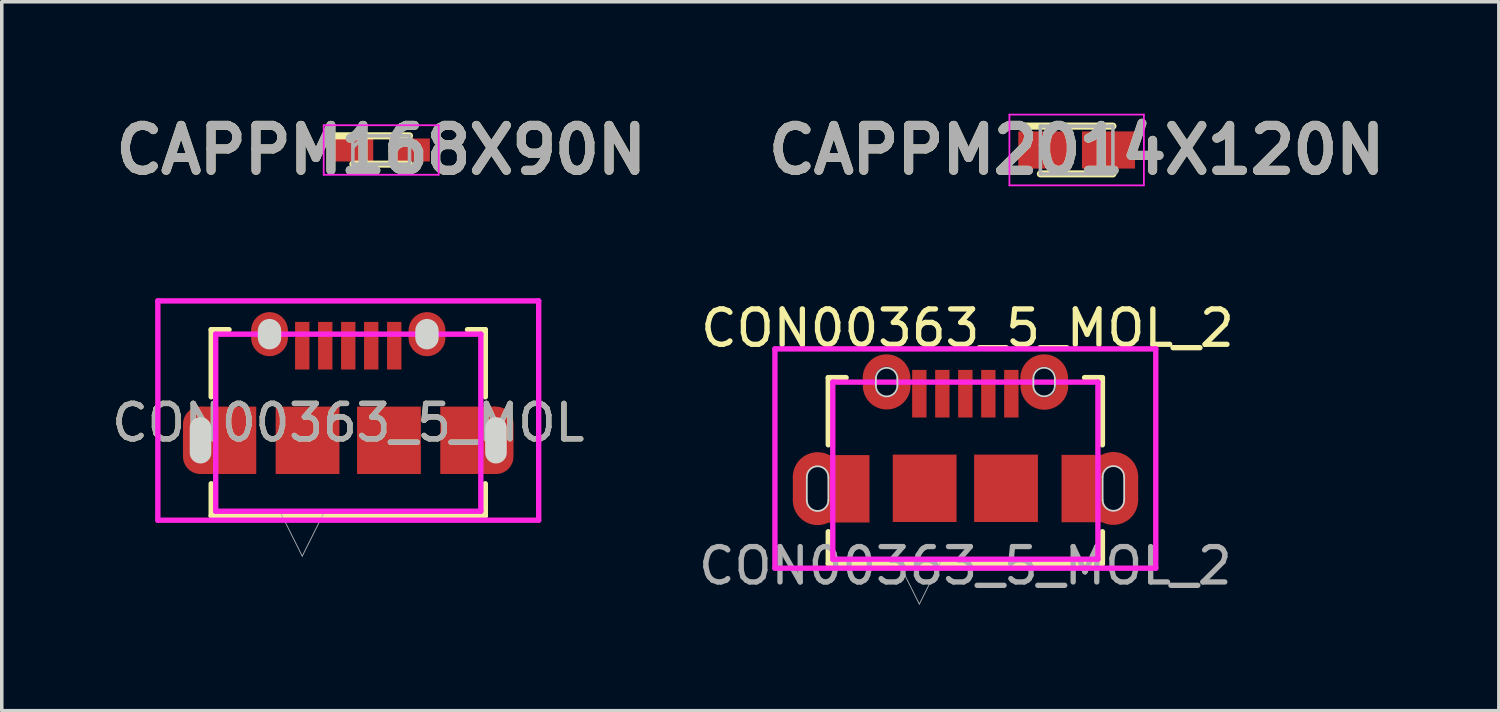
<source format=kicad_pcb>
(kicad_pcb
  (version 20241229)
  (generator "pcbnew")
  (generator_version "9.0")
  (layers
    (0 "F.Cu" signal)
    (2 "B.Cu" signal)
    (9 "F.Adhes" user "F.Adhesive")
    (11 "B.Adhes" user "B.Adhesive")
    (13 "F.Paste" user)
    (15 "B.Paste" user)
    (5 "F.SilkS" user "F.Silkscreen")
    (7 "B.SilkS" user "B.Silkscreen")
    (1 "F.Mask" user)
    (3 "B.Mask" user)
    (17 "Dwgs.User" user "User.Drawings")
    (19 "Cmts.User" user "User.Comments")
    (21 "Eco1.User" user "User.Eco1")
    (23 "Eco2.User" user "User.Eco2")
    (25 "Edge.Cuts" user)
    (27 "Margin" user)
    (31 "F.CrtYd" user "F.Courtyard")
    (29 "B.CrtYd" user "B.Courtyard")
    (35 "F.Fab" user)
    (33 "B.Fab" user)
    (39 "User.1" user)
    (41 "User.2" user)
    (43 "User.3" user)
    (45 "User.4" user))
  (footprint "CON00363_5_MOL"
    (layer "F.Cu")
    (at 6.792 8.896)
    (property "Reference" "CON00363_5_MOL" (at 0 0 0) (unlocked yes) (layer "F.SilkS") (effects (font (size 1 1) (thickness 0.15))))
    (attr smd)
    (fp_poly (pts (xy -2.6 -0.455) (xy -4.175 -0.455) (xy -3.87 -0.15) (xy -3.87 1.145) (xy -4.175 1.45) (xy -2.6 1.45)) (stroke (width 0) (type solid)) (fill yes) (layer "F.Cu"))
    (fp_poly (pts (xy 2.601 -0.455) (xy 2.601 1.45) (xy 4.175 1.45) (xy 3.87 1.145) (xy 3.87 -0.15) (xy 4.175 -0.455)) (stroke (width 0) (type solid)) (fill yes) (layer "F.Cu"))
    (fp_poly (pts (xy -2.6 -0.455) (xy -4.175 -0.455) (xy -3.87 -0.15) (xy -3.87 1.145) (xy -4.175 1.45) (xy -2.6 1.45)) (stroke (width 0) (type solid)) (fill yes) (layer "F.Mask"))
    (fp_poly (pts (xy 2.601 -0.455) (xy 2.601 1.45) (xy 4.175 1.45) (xy 3.87 1.145) (xy 3.87 -0.15) (xy 4.175 -0.455)) (stroke (width 0) (type solid)) (fill yes) (layer "F.Mask"))
    (fp_line (start -3.873 -2.629) (end -3.873 -0.731) (stroke (width 0.152) (type solid)) (layer "F.SilkS"))
    (fp_line (start -3.873 1.726) (end -3.873 2.629) (stroke (width 0.152) (type solid)) (layer "F.SilkS"))
    (fp_line (start -3.873 2.629) (end 3.874 2.629) (stroke (width 0.152) (type solid)) (layer "F.SilkS"))
    (fp_line (start -3.369 -2.629) (end -3.873 -2.629) (stroke (width 0.152) (type solid)) (layer "F.SilkS"))
    (fp_line (start 3.874 -2.629) (end 3.37 -2.629) (stroke (width 0.152) (type solid)) (layer "F.SilkS"))
    (fp_line (start 3.874 -0.731) (end 3.874 -2.629) (stroke (width 0.152) (type solid)) (layer "F.SilkS"))
    (fp_line (start 3.874 2.629) (end 3.874 1.726) (stroke (width 0.152) (type solid)) (layer "F.SilkS"))
    (fp_poly (pts (xy -2.6 -0.455) (xy -4.175 -0.455) (xy -3.87 -0.15) (xy -3.87 1.145) (xy -4.175 1.45) (xy -2.6 1.45)) (stroke (width 0) (type solid)) (fill yes) (layer "F.Paste"))
    (fp_poly (pts (xy 2.601 -0.455) (xy 2.601 1.45) (xy 4.175 1.45) (xy 3.87 1.145) (xy 3.87 -0.15) (xy 4.175 -0.455)) (stroke (width 0) (type solid)) (fill yes) (layer "F.Paste"))
    (fp_line (start -4.175 0.148) (end -4.175 0.848) (stroke (width 0.61) (type solid)) (layer "Edge.Cuts"))
    (fp_line (start -2.225 -2.602) (end -2.225 -2.402) (stroke (width 0.66) (type solid)) (layer "Edge.Cuts"))
    (fp_line (start 2.225 -2.602) (end 2.225 -2.402) (stroke (width 0.66) (type solid)) (layer "Edge.Cuts"))
    (fp_line (start 4.175 0.148) (end 4.175 0.848) (stroke (width 0.61) (type solid)) (layer "Edge.Cuts"))
    (fp_line (start -5.381 -3.442) (end -5.381 2.756) (stroke (width 0.152) (type solid)) (layer "F.CrtYd"))
    (fp_line (start -5.381 2.756) (end 5.382 2.756) (stroke (width 0.152) (type solid)) (layer "F.CrtYd"))
    (fp_line (start -3.746 -2.502) (end -3.746 2.502) (stroke (width 0.152) (type solid)) (layer "F.CrtYd"))
    (fp_line (start -3.746 2.502) (end 3.747 2.502) (stroke (width 0.152) (type solid)) (layer "F.CrtYd"))
    (fp_line (start 3.747 -2.502) (end -3.746 -2.502) (stroke (width 0.152) (type solid)) (layer "F.CrtYd"))
    (fp_line (start 3.747 -2.502) (end 3.747 2.502) (stroke (width 0.152) (type solid)) (layer "F.CrtYd"))
    (fp_line (start 5.382 -3.442) (end -5.381 -3.442) (stroke (width 0.152) (type solid)) (layer "F.CrtYd"))
    (fp_line (start 5.382 -3.442) (end 5.382 2.756) (stroke (width 0.152) (type solid)) (layer "F.CrtYd"))
    (fp_line (start -3.746 -2.502) (end -3.746 2.502) (stroke (width 0.025) (type solid)) (layer "F.Fab"))
    (fp_line (start -3.746 2.502) (end 3.747 2.502) (stroke (width 0.025) (type solid)) (layer "F.Fab"))
    (fp_line (start -1.935 2.502) (end -1.3 3.772) (stroke (width 0.025) (type solid)) (layer "F.Fab"))
    (fp_line (start -0.665 2.502) (end -1.3 3.772) (stroke (width 0.025) (type solid)) (layer "F.Fab"))
    (fp_line (start 3.747 -2.502) (end -3.746 -2.502) (stroke (width 0.025) (type solid)) (layer "F.Fab"))
    (fp_line (start 3.747 2.502) (end 3.747 -2.502) (stroke (width 0.025) (type solid)) (layer "F.Fab"))
    (fp_text user "${REFERENCE}" (at 0 0 0) (unlocked yes) (layer "F.Fab") (effects (font (size 1 1) (thickness 0.15))))
    (pad "1" smd rect (at -1.3 -2.175) (size 0.406 1.346) (layers "F.Cu" "F.Mask" "F.Paste"))
    (pad "2" smd rect (at -0.65 -2.175) (size 0.406 1.346) (layers "F.Cu" "F.Mask" "F.Paste"))
    (pad "3" smd rect (at 0.000291 -2.175) (size 0.406 1.346) (layers "F.Cu" "F.Mask" "F.Paste"))
    (pad "4" smd rect (at 0.65 -2.175) (size 0.406 1.346) (layers "F.Cu" "F.Mask" "F.Paste"))
    (pad "5" smd rect (at 1.3 -2.175) (size 0.406 1.346) (layers "F.Cu" "F.Mask" "F.Paste"))
    (pad "6" smd oval (at -2.225 -2.502 90) (size 1.245 1.041) (layers "F.Cu" "F.Mask" "F.Paste"))
    (pad "7" smd oval (at 2.225 -2.502 90) (size 1.245 1.041) (layers "F.Cu" "F.Mask" "F.Paste"))
    (pad "8" smd oval (at -4.175 0.498) (size 0.991 1.905) (layers "F.Cu" "F.Mask" "F.Paste"))
    (pad "9" smd oval (at 4.175 0.498) (size 0.991 1.905) (layers "F.Cu" "F.Mask" "F.Paste"))
    (pad "10" smd rect (at -1.15 0.498) (size 1.803 1.905) (layers "F.Cu" "F.Mask" "F.Paste"))
    (pad "11" smd rect (at 1.15 0.498) (size 1.803 1.905) (layers "F.Cu" "F.Mask" "F.Paste")))
  (footprint "CON00363_5_MOL_2"
    (layer "F.Cu")
    (at 24.232 10.252)
    (property "Reference" "CON00363_5_MOL_2" (at 0.061 -4.026 0) (unlocked yes) (layer "F.SilkS") (effects (font (size 1 1) (thickness 0.15))))
    (attr smd)
    (fp_line (start -4.675 0.18) (end -4.675 0.835) (stroke (width 0.4) (type default)) (layer "F.Cu"))
    (fp_line (start -3.675 0.175) (end -3.675 0.831) (stroke (width 0.4) (type default)) (layer "F.Cu"))
    (fp_line (start 3.685 0.175) (end 3.685 0.83) (stroke (width 0.4) (type default)) (layer "F.Cu"))
    (fp_line (start 4.685 0.17) (end 4.685 0.825) (stroke (width 0.4) (type default)) (layer "F.Cu"))
    (fp_arc (start -4.674999 0.180169) (mid -4.177315 -0.319957) (end -3.67497 0.175488) (stroke (width 0.4) (type default)) (layer "F.Cu"))
    (fp_arc (start -3.674994 0.840061) (mid -4.177314 1.33548) (end -4.674975 0.835381) (stroke (width 0.4) (type default)) (layer "F.Cu"))
    (fp_arc (start -2.726625 -2.61012) (mid -2.228941 -3.110245) (end -1.726596 -2.614801) (stroke (width 0.35) (type default)) (layer "F.Cu"))
    (fp_arc (start -1.722163 -2.394804) (mid -2.224483 -1.899384) (end -2.722144 -2.399484) (stroke (width 0.35) (type default)) (layer "F.Cu"))
    (fp_arc (start 1.728198 -2.610054) (mid 2.225881 -3.110178) (end 2.728227 -2.614735) (stroke (width 0.35) (type default)) (layer "F.Cu"))
    (fp_arc (start 2.73266 -2.394738) (mid 2.230339 -1.899318) (end 1.732679 -2.399418) (stroke (width 0.35) (type default)) (layer "F.Cu"))
    (fp_arc (start 3.684555 0.174744) (mid 4.182238 -0.325381) (end 4.684584 0.170063) (stroke (width 0.4) (type default)) (layer "F.Cu"))
    (fp_arc (start 4.68456 0.834636) (mid 4.182239 1.330055) (end 3.684579 0.829956) (stroke (width 0.4) (type default)) (layer "F.Cu"))
    (fp_line (start -3.873 -2.629) (end -3.873 -0.731) (stroke (width 0.152) (type solid)) (layer "F.SilkS"))
    (fp_line (start -3.873 1.726) (end -3.873 2.629) (stroke (width 0.152) (type solid)) (layer "F.SilkS"))
    (fp_line (start -3.873 2.629) (end 3.874 2.629) (stroke (width 0.152) (type solid)) (layer "F.SilkS"))
    (fp_line (start -3.369 -2.629) (end -3.873 -2.629) (stroke (width 0.152) (type solid)) (layer "F.SilkS"))
    (fp_line (start 3.874 -2.629) (end 3.37 -2.629) (stroke (width 0.152) (type solid)) (layer "F.SilkS"))
    (fp_line (start 3.874 -0.731) (end 3.874 -2.629) (stroke (width 0.152) (type solid)) (layer "F.SilkS"))
    (fp_line (start 3.874 2.629) (end 3.874 1.726) (stroke (width 0.152) (type solid)) (layer "F.SilkS"))
    (fp_line (start -4.48 0.18) (end -4.48 0.835) (stroke (width 0.05) (type default)) (layer "Edge.Cuts"))
    (fp_line (start -3.871 0.18) (end -3.871 0.835) (stroke (width 0.05) (type default)) (layer "Edge.Cuts"))
    (fp_line (start -2.529 -2.602) (end -2.529 -2.402) (stroke (width 0.05) (type default)) (layer "Edge.Cuts"))
    (fp_line (start -1.92 -2.602) (end -1.92 -2.402) (stroke (width 0.05) (type default)) (layer "Edge.Cuts"))
    (fp_line (start 1.922 -2.604) (end 1.922 -2.405) (stroke (width 0.05) (type default)) (layer "Edge.Cuts"))
    (fp_line (start 2.531 -2.604) (end 2.531 -2.405) (stroke (width 0.05) (type default)) (layer "Edge.Cuts"))
    (fp_line (start 3.88 0.175) (end 3.88 0.83) (stroke (width 0.05) (type default)) (layer "Edge.Cuts"))
    (fp_line (start 4.489 0.175) (end 4.489 0.83) (stroke (width 0.05) (type default)) (layer "Edge.Cuts"))
    (fp_arc (start -4.48 0.180061) (mid -4.175421 -0.124575) (end -3.870846 0.180065) (stroke (width 0.05) (type default)) (layer "Edge.Cuts"))
    (fp_arc (start -3.870846 0.835364) (mid -4.175425 1.14) (end -4.48 0.83536) (stroke (width 0.05) (type default)) (layer "Edge.Cuts"))
    (fp_arc (start -2.529287 -2.602175) (mid -2.224708 -2.906811) (end -1.920133 -2.602171) (stroke (width 0.05) (type default)) (layer "Edge.Cuts"))
    (fp_arc (start -1.920133 -2.402293) (mid -2.224712 -2.097657) (end -2.529287 -2.402297) (stroke (width 0.05) (type default)) (layer "Edge.Cuts"))
    (fp_arc (start 1.921801 -2.604474) (mid 2.22638 -2.90911) (end 2.530955 -2.60447) (stroke (width 0.05) (type default)) (layer "Edge.Cuts"))
    (fp_arc (start 2.530955 -2.404592) (mid 2.226376 -2.099956) (end 1.921801 -2.404596) (stroke (width 0.05) (type default)) (layer "Edge.Cuts"))
    (fp_arc (start 3.88 0.174701) (mid 4.184579 -0.129935) (end 4.489154 0.174705) (stroke (width 0.05) (type default)) (layer "Edge.Cuts"))
    (fp_arc (start 4.489154 0.830004) (mid 4.184575 1.13464) (end 3.88 0.83) (stroke (width 0.05) (type default)) (layer "Edge.Cuts"))
    (fp_line (start -5.381 -3.442) (end -5.381 2.756) (stroke (width 0.152) (type solid)) (layer "F.CrtYd"))
    (fp_line (start -5.381 2.756) (end 5.382 2.756) (stroke (width 0.152) (type solid)) (layer "F.CrtYd"))
    (fp_line (start -3.746 -2.502) (end -3.746 2.502) (stroke (width 0.152) (type solid)) (layer "F.CrtYd"))
    (fp_line (start -3.746 2.502) (end 3.747 2.502) (stroke (width 0.152) (type solid)) (layer "F.CrtYd"))
    (fp_line (start 3.747 -2.502) (end -3.746 -2.502) (stroke (width 0.152) (type solid)) (layer "F.CrtYd"))
    (fp_line (start 3.747 -2.502) (end 3.747 2.502) (stroke (width 0.152) (type solid)) (layer "F.CrtYd"))
    (fp_line (start 5.382 -3.442) (end -5.381 -3.442) (stroke (width 0.152) (type solid)) (layer "F.CrtYd"))
    (fp_line (start 5.382 -3.442) (end 5.382 2.756) (stroke (width 0.152) (type solid)) (layer "F.CrtYd"))
    (fp_line (start -3.746 -2.502) (end -3.746 2.502) (stroke (width 0.025) (type solid)) (layer "F.Fab"))
    (fp_line (start -3.746 2.502) (end 3.747 2.502) (stroke (width 0.025) (type solid)) (layer "F.Fab"))
    (fp_line (start -1.935 2.502) (end -1.3 3.772) (stroke (width 0.025) (type solid)) (layer "F.Fab"))
    (fp_line (start -0.665 2.502) (end -1.3 3.772) (stroke (width 0.025) (type solid)) (layer "F.Fab"))
    (fp_line (start 3.747 -2.502) (end -3.746 -2.502) (stroke (width 0.025) (type solid)) (layer "F.Fab"))
    (fp_line (start 3.747 2.502) (end 3.747 -2.502) (stroke (width 0.025) (type solid)) (layer "F.Fab"))
    (fp_text user "${REFERENCE}" (at 0 2.69 0) (unlocked yes) (layer "F.Fab") (effects (font (size 1 1) (thickness 0.15))))
    (pad "1" smd rect (at -1.3 -2.175) (size 0.406 1.346) (layers "F.Cu" "F.Mask" "F.Paste"))
    (pad "2" smd rect (at -0.65 -2.175) (size 0.406 1.346) (layers "F.Cu" "F.Mask" "F.Paste"))
    (pad "3" smd rect (at 0.000291 -2.175) (size 0.406 1.346) (layers "F.Cu" "F.Mask" "F.Paste"))
    (pad "4" smd rect (at 0.65 -2.175) (size 0.406 1.346) (layers "F.Cu" "F.Mask" "F.Paste"))
    (pad "5" smd rect (at 1.3 -2.175) (size 0.406 1.346) (layers "F.Cu" "F.Mask" "F.Paste"))
    (pad "9" smd rect (at -3.287 0.512) (size 1.156 1.905) (layers "F.Cu" "F.Mask" "F.Paste"))
    (pad "10" smd rect (at -1.15 0.498) (size 1.803 1.905) (layers "F.Cu" "F.Mask" "F.Paste"))
    (pad "11" smd rect (at 1.15 0.498) (size 1.803 1.905) (layers "F.Cu" "F.Mask" "F.Paste"))
    (pad "12" smd rect (at 3.297 0.505) (size 1.156 1.905) (layers "F.Cu" "F.Mask" "F.Paste")))
  (footprint "CAPPM2014X120N"
    (layer "F.Cu")
    (at 27.378 1.189)
    (property "Reference" "CAPPM2014X120N" (at 0 0 0) (layer "F.SilkS") (effects (font (size 1.27 1.27) (thickness 0.254))))
    (attr smd)
    (fp_line (start -1.025 0.675) (end 1.025 0.675) (stroke (width 0.2) (type solid)) (layer "F.SilkS"))
    (fp_line (start 1.025 -0.675) (end -1.65 -0.675) (stroke (width 0.2) (type solid)) (layer "F.SilkS"))
    (fp_line (start -1.9 -1) (end 1.9 -1) (stroke (width 0.05) (type solid)) (layer "F.CrtYd"))
    (fp_line (start -1.9 1) (end -1.9 -1) (stroke (width 0.05) (type solid)) (layer "F.CrtYd"))
    (fp_line (start 1.9 -1) (end 1.9 1) (stroke (width 0.05) (type solid)) (layer "F.CrtYd"))
    (fp_line (start 1.9 1) (end -1.9 1) (stroke (width 0.05) (type solid)) (layer "F.CrtYd"))
    (fp_line (start -1.025 -0.675) (end 1.025 -0.675) (stroke (width 0.1) (type solid)) (layer "F.Fab"))
    (fp_line (start -1.025 -0.15) (end -0.5 -0.675) (stroke (width 0.1) (type solid)) (layer "F.Fab"))
    (fp_line (start -1.025 0.675) (end -1.025 -0.675) (stroke (width 0.1) (type solid)) (layer "F.Fab"))
    (fp_line (start 1.025 -0.675) (end 1.025 0.675) (stroke (width 0.1) (type solid)) (layer "F.Fab"))
    (fp_line (start 1.025 0.675) (end -1.025 0.675) (stroke (width 0.1) (type solid)) (layer "F.Fab"))
    (fp_text user "${REFERENCE}" (at 0 0 0) (layer "F.Fab") (effects (font (size 1.27 1.27) (thickness 0.254))))
    (pad "1" smd rect (at -0.9 0 90) (size 1.05 1.5) (layers "F.Cu" "F.Mask" "F.Paste"))
    (pad "2" smd rect (at 0.9 0 90) (size 1.05 1.5) (layers "F.Cu" "F.Mask" "F.Paste")))
  (footprint "CAPPM168X90N"
    (layer "F.Cu")
    (at 7.723 1.189)
    (property "Reference" "CAPPM168X90N" (at 0 0 0) (layer "F.SilkS") (effects (font (size 1.27 1.27) (thickness 0.254))))
    (attr smd)
    (fp_line (start -0.8 0.4) (end 0.8 0.4) (stroke (width 0.2) (type solid)) (layer "F.SilkS"))
    (fp_line (start 0.8 -0.4) (end -1.375 -0.4) (stroke (width 0.2) (type solid)) (layer "F.SilkS"))
    (fp_line (start -1.625 -0.7) (end 1.625 -0.7) (stroke (width 0.05) (type solid)) (layer "F.CrtYd"))
    (fp_line (start -1.625 0.7) (end -1.625 -0.7) (stroke (width 0.05) (type solid)) (layer "F.CrtYd"))
    (fp_line (start 1.625 -0.7) (end 1.625 0.7) (stroke (width 0.05) (type solid)) (layer "F.CrtYd"))
    (fp_line (start 1.625 0.7) (end -1.625 0.7) (stroke (width 0.05) (type solid)) (layer "F.CrtYd"))
    (fp_line (start -0.8 -0.4) (end 0.8 -0.4) (stroke (width 0.1) (type solid)) (layer "F.Fab"))
    (fp_line (start -0.8 -0.075) (end -0.475 -0.4) (stroke (width 0.1) (type solid)) (layer "F.Fab"))
    (fp_line (start -0.8 0.4) (end -0.8 -0.4) (stroke (width 0.1) (type solid)) (layer "F.Fab"))
    (fp_line (start 0.8 -0.4) (end 0.8 0.4) (stroke (width 0.1) (type solid)) (layer "F.Fab"))
    (fp_line (start 0.8 0.4) (end -0.8 0.4) (stroke (width 0.1) (type solid)) (layer "F.Fab"))
    (fp_text user "${REFERENCE}" (at 0 0 0) (layer "F.Fab") (effects (font (size 1.27 1.27) (thickness 0.254))))
    (pad "1" smd rect (at -0.8 0 90) (size 0.65 1.15) (layers "F.Cu" "F.Mask" "F.Paste"))
    (pad "2" smd rect (at 0.8 0 90) (size 0.65 1.15) (layers "F.Cu" "F.Mask" "F.Paste")))
  (gr_rect
    (start -3 -3)
    (end 39.31 17.036)
    (stroke (width 0.1) (type default))
    (fill no)
    (layer "Edge.Cuts")))
</source>
